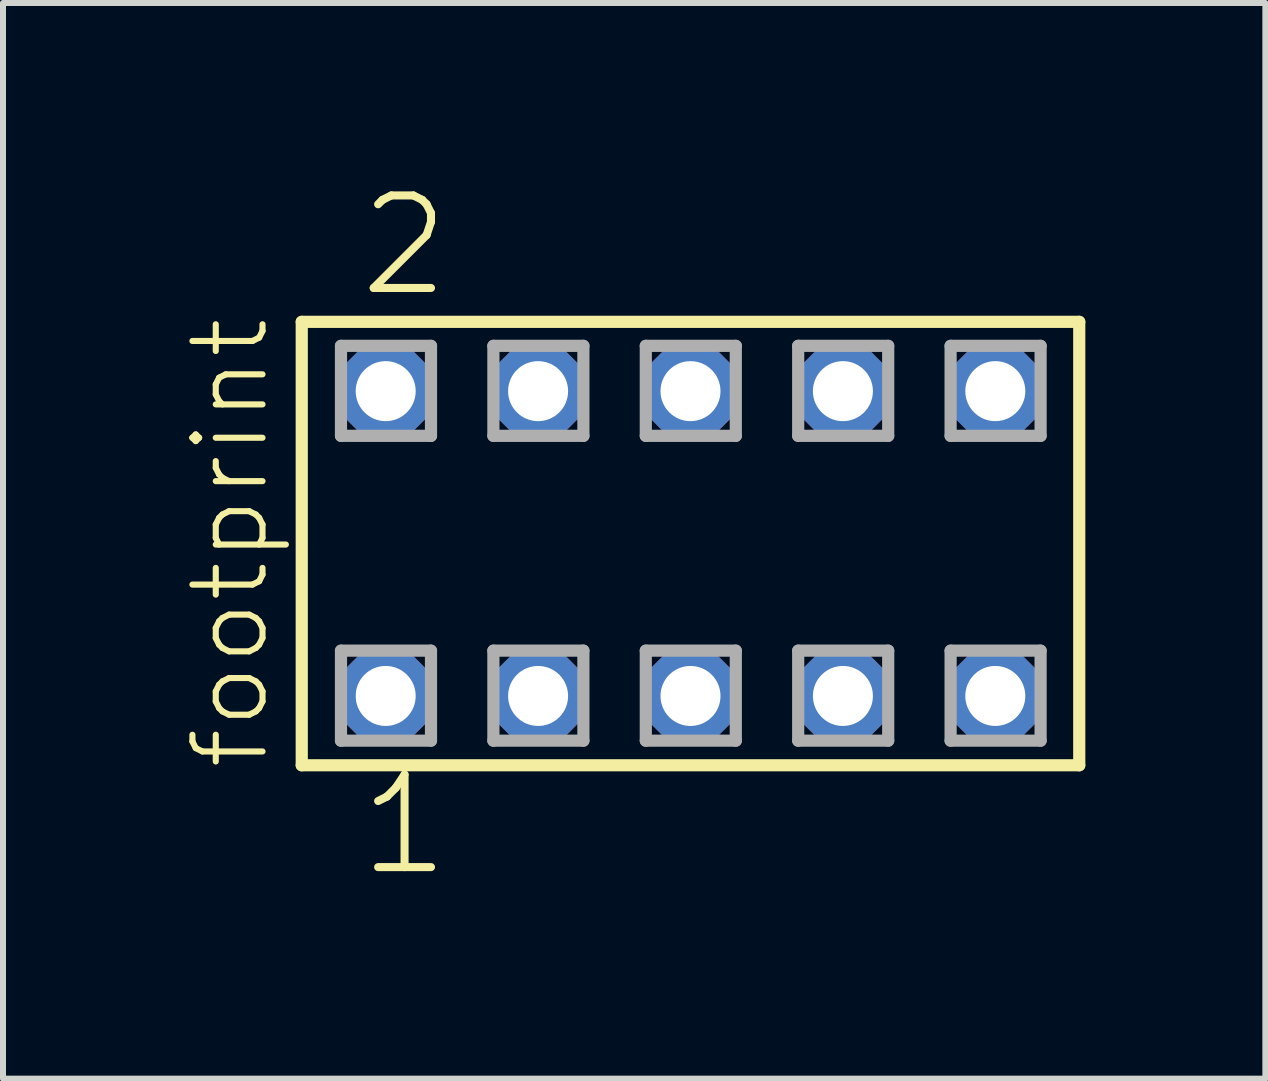
<source format=kicad_pcb>
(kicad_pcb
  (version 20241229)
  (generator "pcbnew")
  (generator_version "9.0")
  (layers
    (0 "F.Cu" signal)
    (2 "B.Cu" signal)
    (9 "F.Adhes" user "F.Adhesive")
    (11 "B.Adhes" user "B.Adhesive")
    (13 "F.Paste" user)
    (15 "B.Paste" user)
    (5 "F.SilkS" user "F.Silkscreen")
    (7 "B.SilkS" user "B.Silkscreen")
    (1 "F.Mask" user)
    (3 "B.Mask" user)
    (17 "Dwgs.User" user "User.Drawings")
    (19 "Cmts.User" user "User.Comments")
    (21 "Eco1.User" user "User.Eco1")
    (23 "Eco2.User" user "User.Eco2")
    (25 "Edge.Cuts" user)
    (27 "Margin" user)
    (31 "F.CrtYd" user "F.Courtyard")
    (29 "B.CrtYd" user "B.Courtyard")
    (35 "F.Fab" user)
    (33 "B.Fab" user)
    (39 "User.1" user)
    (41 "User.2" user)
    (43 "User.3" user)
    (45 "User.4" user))
  (footprint "footprint"
    (layer "F.Cu")
    (at 8.458 6.009)
    (property "Reference" "footprint" (at -6.985 3.81 90) (layer "F.SilkS") (effects (font (size 1.168 1.168) (thickness 0.102)) (justify left bottom)))
    (fp_line (start -6.479 -3.695) (end 6.479 -3.695) (stroke (width 0.203) (type solid)) (layer "F.SilkS"))
    (fp_line (start -6.479 3.695) (end -6.479 -3.695) (stroke (width 0.203) (type solid)) (layer "F.SilkS"))
    (fp_line (start 6.479 -3.695) (end 6.479 3.695) (stroke (width 0.203) (type solid)) (layer "F.SilkS"))
    (fp_line (start 6.479 3.695) (end -6.479 3.695) (stroke (width 0.203) (type solid)) (layer "F.SilkS"))
    (fp_line (start -5.825 -3.295) (end -4.325 -3.295) (stroke (width 0.203) (type solid)) (layer "F.Fab"))
    (fp_line (start -5.825 -1.795) (end -5.825 -3.295) (stroke (width 0.203) (type solid)) (layer "F.Fab"))
    (fp_line (start -5.825 1.785) (end -4.325 1.785) (stroke (width 0.203) (type solid)) (layer "F.Fab"))
    (fp_line (start -5.825 3.285) (end -5.825 1.785) (stroke (width 0.203) (type solid)) (layer "F.Fab"))
    (fp_line (start -4.325 -3.295) (end -4.325 -1.795) (stroke (width 0.203) (type solid)) (layer "F.Fab"))
    (fp_line (start -4.325 -1.795) (end -5.825 -1.795) (stroke (width 0.203) (type solid)) (layer "F.Fab"))
    (fp_line (start -4.325 1.785) (end -4.325 3.285) (stroke (width 0.203) (type solid)) (layer "F.Fab"))
    (fp_line (start -4.325 3.285) (end -5.825 3.285) (stroke (width 0.203) (type solid)) (layer "F.Fab"))
    (fp_line (start -3.285 -3.295) (end -1.785 -3.295) (stroke (width 0.203) (type solid)) (layer "F.Fab"))
    (fp_line (start -3.285 -1.795) (end -3.285 -3.295) (stroke (width 0.203) (type solid)) (layer "F.Fab"))
    (fp_line (start -3.285 1.785) (end -1.785 1.785) (stroke (width 0.203) (type solid)) (layer "F.Fab"))
    (fp_line (start -3.285 3.285) (end -3.285 1.785) (stroke (width 0.203) (type solid)) (layer "F.Fab"))
    (fp_line (start -1.785 -3.295) (end -1.785 -1.795) (stroke (width 0.203) (type solid)) (layer "F.Fab"))
    (fp_line (start -1.785 -1.795) (end -3.285 -1.795) (stroke (width 0.203) (type solid)) (layer "F.Fab"))
    (fp_line (start -1.785 1.785) (end -1.785 3.285) (stroke (width 0.203) (type solid)) (layer "F.Fab"))
    (fp_line (start -1.785 3.285) (end -3.285 3.285) (stroke (width 0.203) (type solid)) (layer "F.Fab"))
    (fp_line (start -0.745 -3.295) (end 0.755 -3.295) (stroke (width 0.203) (type solid)) (layer "F.Fab"))
    (fp_line (start -0.745 -1.795) (end -0.745 -3.295) (stroke (width 0.203) (type solid)) (layer "F.Fab"))
    (fp_line (start -0.745 1.785) (end 0.755 1.785) (stroke (width 0.203) (type solid)) (layer "F.Fab"))
    (fp_line (start -0.745 3.285) (end -0.745 1.785) (stroke (width 0.203) (type solid)) (layer "F.Fab"))
    (fp_line (start 0.755 -3.295) (end 0.755 -1.795) (stroke (width 0.203) (type solid)) (layer "F.Fab"))
    (fp_line (start 0.755 -1.795) (end -0.745 -1.795) (stroke (width 0.203) (type solid)) (layer "F.Fab"))
    (fp_line (start 0.755 1.785) (end 0.755 3.285) (stroke (width 0.203) (type solid)) (layer "F.Fab"))
    (fp_line (start 0.755 3.285) (end -0.745 3.285) (stroke (width 0.203) (type solid)) (layer "F.Fab"))
    (fp_line (start 1.795 -3.295) (end 3.295 -3.295) (stroke (width 0.203) (type solid)) (layer "F.Fab"))
    (fp_line (start 1.795 -1.795) (end 1.795 -3.295) (stroke (width 0.203) (type solid)) (layer "F.Fab"))
    (fp_line (start 1.795 1.785) (end 3.295 1.785) (stroke (width 0.203) (type solid)) (layer "F.Fab"))
    (fp_line (start 1.795 3.285) (end 1.795 1.785) (stroke (width 0.203) (type solid)) (layer "F.Fab"))
    (fp_line (start 3.295 -3.295) (end 3.295 -1.795) (stroke (width 0.203) (type solid)) (layer "F.Fab"))
    (fp_line (start 3.295 -1.795) (end 1.795 -1.795) (stroke (width 0.203) (type solid)) (layer "F.Fab"))
    (fp_line (start 3.295 1.785) (end 3.295 3.285) (stroke (width 0.203) (type solid)) (layer "F.Fab"))
    (fp_line (start 3.295 3.285) (end 1.795 3.285) (stroke (width 0.203) (type solid)) (layer "F.Fab"))
    (fp_line (start 4.335 -3.295) (end 5.835 -3.295) (stroke (width 0.203) (type solid)) (layer "F.Fab"))
    (fp_line (start 4.335 -1.795) (end 4.335 -3.295) (stroke (width 0.203) (type solid)) (layer "F.Fab"))
    (fp_line (start 4.335 1.785) (end 5.835 1.785) (stroke (width 0.203) (type solid)) (layer "F.Fab"))
    (fp_line (start 4.335 3.285) (end 4.335 1.785) (stroke (width 0.203) (type solid)) (layer "F.Fab"))
    (fp_line (start 5.835 -3.295) (end 5.835 -1.795) (stroke (width 0.203) (type solid)) (layer "F.Fab"))
    (fp_line (start 5.835 -1.795) (end 4.335 -1.795) (stroke (width 0.203) (type solid)) (layer "F.Fab"))
    (fp_line (start 5.835 1.785) (end 5.835 3.285) (stroke (width 0.203) (type solid)) (layer "F.Fab"))
    (fp_line (start 5.835 3.285) (end 4.335 3.285) (stroke (width 0.203) (type solid)) (layer "F.Fab"))
    (fp_text user "1" (at -5.588 5.588 0) (layer "F.SilkS") (effects (font (size 1.542 1.542) (thickness 0.134)) (justify left bottom)))
    (fp_text user "2" (at -5.588 -4.064 0) (layer "F.SilkS") (effects (font (size 1.542 1.542) (thickness 0.134)) (justify left bottom)))
    (pad "1" thru_hole roundrect (at -5.08 2.54) (size 1.5 1.5) (drill 1) (layers "*.Cu" "*.Mask") (roundrect_rratio 0.25) (chamfer_ratio 0.25) (chamfer top_left top_right bottom_left bottom_right))
    (pad "2" thru_hole roundrect (at -5.08 -2.54) (size 1.5 1.5) (drill 1) (layers "*.Cu" "*.Mask") (roundrect_rratio 0.25) (chamfer_ratio 0.25) (chamfer top_left top_right bottom_left bottom_right))
    (pad "3" thru_hole roundrect (at -2.54 2.54) (size 1.5 1.5) (drill 1) (layers "*.Cu" "*.Mask") (roundrect_rratio 0.25) (chamfer_ratio 0.25) (chamfer top_left top_right bottom_left bottom_right))
    (pad "4" thru_hole roundrect (at -2.54 -2.54) (size 1.5 1.5) (drill 1) (layers "*.Cu" "*.Mask") (roundrect_rratio 0.25) (chamfer_ratio 0.25) (chamfer top_left top_right bottom_left bottom_right))
    (pad "5" thru_hole roundrect (at 0 2.54) (size 1.5 1.5) (drill 1) (layers "*.Cu" "*.Mask") (roundrect_rratio 0.25) (chamfer_ratio 0.25) (chamfer top_left top_right bottom_left bottom_right))
    (pad "6" thru_hole roundrect (at 0 -2.54) (size 1.5 1.5) (drill 1) (layers "*.Cu" "*.Mask") (roundrect_rratio 0.25) (chamfer_ratio 0.25) (chamfer top_left top_right bottom_left bottom_right))
    (pad "7" thru_hole roundrect (at 2.54 2.54) (size 1.5 1.5) (drill 1) (layers "*.Cu" "*.Mask") (roundrect_rratio 0.25) (chamfer_ratio 0.25) (chamfer top_left top_right bottom_left bottom_right))
    (pad "8" thru_hole roundrect (at 2.54 -2.54) (size 1.5 1.5) (drill 1) (layers "*.Cu" "*.Mask") (roundrect_rratio 0.25) (chamfer_ratio 0.25) (chamfer top_left top_right bottom_left bottom_right))
    (pad "9" thru_hole roundrect (at 5.08 2.54) (size 1.5 1.5) (drill 1) (layers "*.Cu" "*.Mask") (roundrect_rratio 0.25) (chamfer_ratio 0.25) (chamfer top_left top_right bottom_left bottom_right))
    (pad "10" thru_hole roundrect (at 5.08 -2.54) (size 1.5 1.5) (drill 1) (layers "*.Cu" "*.Mask") (roundrect_rratio 0.25) (chamfer_ratio 0.25) (chamfer top_left top_right bottom_left bottom_right)))
  (gr_rect
    (start -3 -3)
    (end 18.039 14.927)
    (stroke (width 0.1) (type default))
    (fill no)
    (layer "Edge.Cuts")))
</source>
